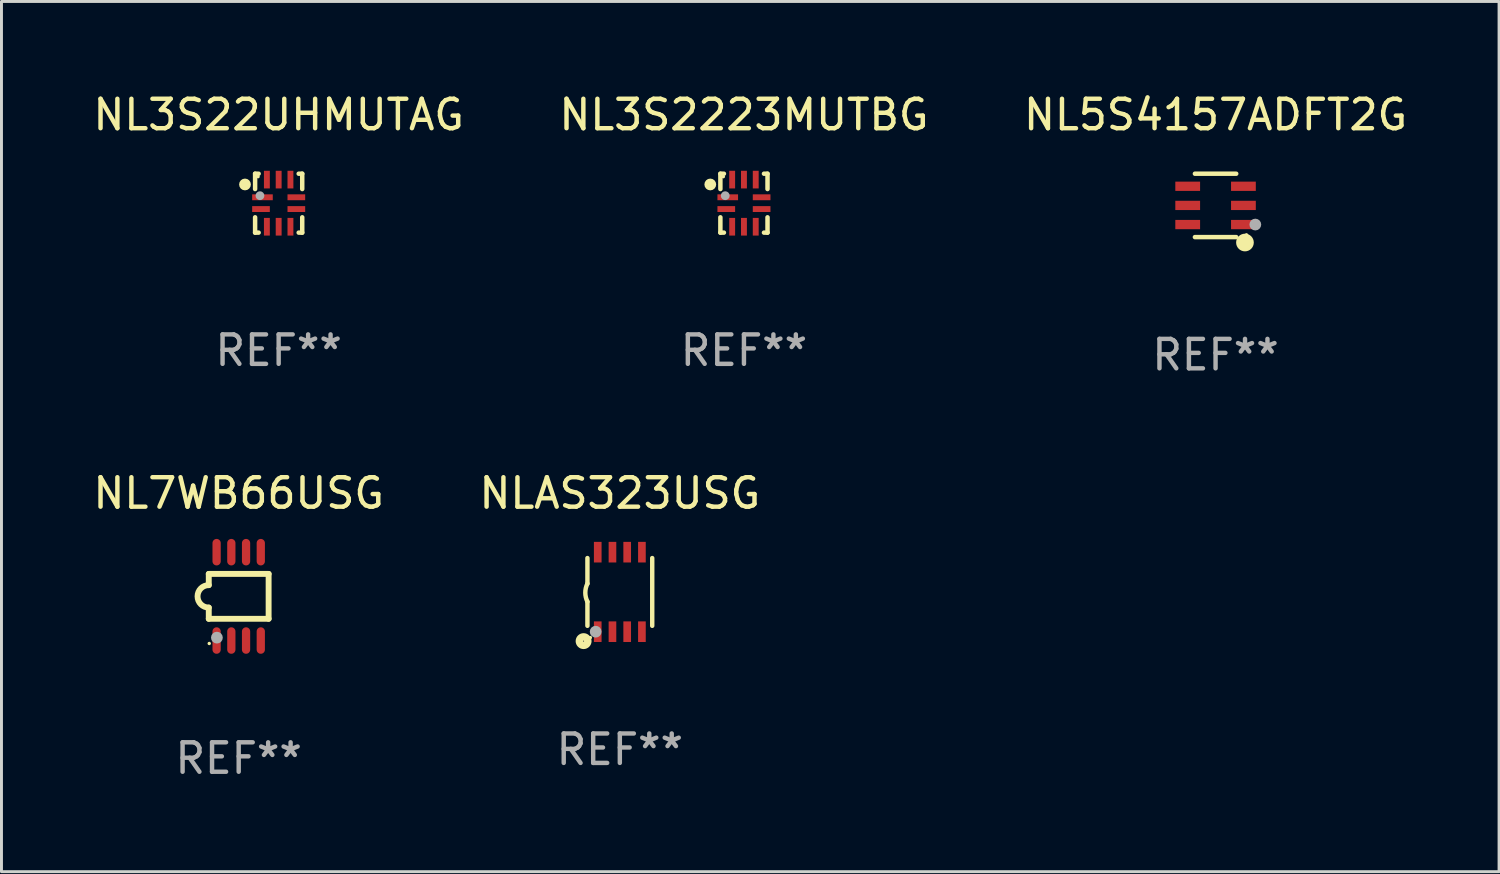
<source format=kicad_pcb>
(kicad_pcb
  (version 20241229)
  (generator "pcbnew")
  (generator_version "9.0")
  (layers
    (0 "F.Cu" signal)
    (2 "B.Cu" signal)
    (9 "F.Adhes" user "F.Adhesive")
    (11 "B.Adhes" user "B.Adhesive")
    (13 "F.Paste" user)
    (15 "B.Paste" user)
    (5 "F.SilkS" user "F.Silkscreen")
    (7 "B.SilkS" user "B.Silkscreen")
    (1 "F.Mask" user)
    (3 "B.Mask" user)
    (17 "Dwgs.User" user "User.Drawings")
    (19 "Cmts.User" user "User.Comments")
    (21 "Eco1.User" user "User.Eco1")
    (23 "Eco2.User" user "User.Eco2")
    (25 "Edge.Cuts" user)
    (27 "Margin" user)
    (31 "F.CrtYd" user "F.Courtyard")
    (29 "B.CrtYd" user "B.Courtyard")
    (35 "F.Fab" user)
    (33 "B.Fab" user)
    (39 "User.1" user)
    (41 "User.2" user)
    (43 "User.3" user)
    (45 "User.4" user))
  (footprint "NLAS323USG"
    (layer "F.Cu")
    (at 17.994 17.047)
    (property "Reference" "NLAS323USG" (at 0 -3.35 0) (layer "F.SilkS") (effects (font (size 1 1) (thickness 0.15))))
    (attr through_hole)
    (fp_line (start -1.1 -1.15) (end -1.1 -0.282) (stroke (width 0.15) (type solid)) (layer "F.SilkS"))
    (fp_line (start -1.1 1.15) (end -1.1 0.332) (stroke (width 0.15) (type solid)) (layer "F.SilkS"))
    (fp_line (start 1.1 -1.15) (end 1.1 1.15) (stroke (width 0.15) (type solid)) (layer "F.SilkS"))
    (fp_arc (start -1.098883 0.33274) (mid -1.171878 0.025277) (end -1.1 -0.282449) (stroke (width 0.150013) (type solid)) (layer "F.SilkS"))
    (fp_circle (center -1.23 1.67) (end -1.087 1.67) (stroke (width 0.254) (type solid)) (fill no) (layer "F.SilkS"))
    (fp_circle (center -1 1.55) (end -0.97 1.55) (stroke (width 0.06) (type solid)) (fill no) (layer "F.SilkS"))
    (fp_circle (center -0.82 1.35) (end -0.72 1.35) (stroke (width 0.2) (type solid)) (fill no) (layer "F.Fab"))
    (fp_text user "REF**" (at 0 5.35 0) (layer "F.Fab") (effects (font (size 1 1) (thickness 0.15))))
    (pad "1" smd rect (at -0.75 1.35) (size 0.26 0.7) (layers "F.Cu" "F.Mask" "F.Paste"))
    (pad "2" smd rect (at -0.25 1.35) (size 0.26 0.7) (layers "F.Cu" "F.Mask" "F.Paste"))
    (pad "3" smd rect (at 0.25 1.35) (size 0.26 0.7) (layers "F.Cu" "F.Mask" "F.Paste"))
    (pad "4" smd rect (at 0.75 1.35) (size 0.26 0.7) (layers "F.Cu" "F.Mask" "F.Paste"))
    (pad "5" smd rect (at 0.75 -1.35) (size 0.26 0.7) (layers "F.Cu" "F.Mask" "F.Paste"))
    (pad "6" smd rect (at 0.25 -1.35) (size 0.26 0.7) (layers "F.Cu" "F.Mask" "F.Paste"))
    (pad "7" smd rect (at -0.25 -1.35) (size 0.26 0.7) (layers "F.Cu" "F.Mask" "F.Paste"))
    (pad "8" smd rect (at -0.75 -1.35) (size 0.26 0.7) (layers "F.Cu" "F.Mask" "F.Paste")))
  (footprint "NL3S2223MUTBG"
    (layer "F.Cu")
    (at 22.208 3.848)
    (property "Reference" "NL3S2223MUTBG" (at 0 -3 0) (layer "F.SilkS") (effects (font (size 1 1) (thickness 0.15))))
    (attr through_hole)
    (fp_line (start -0.8 -1) (end -0.68 -1) (stroke (width 0.152) (type solid)) (layer "F.SilkS"))
    (fp_line (start -0.8 -0.48) (end -0.8 -1) (stroke (width 0.152) (type solid)) (layer "F.SilkS"))
    (fp_line (start -0.8 1) (end -0.8 0.48) (stroke (width 0.152) (type solid)) (layer "F.SilkS"))
    (fp_line (start -0.68 1) (end -0.8 1) (stroke (width 0.152) (type solid)) (layer "F.SilkS"))
    (fp_line (start 0.68 -1) (end 0.8 -1) (stroke (width 0.152) (type solid)) (layer "F.SilkS"))
    (fp_line (start 0.8 -1) (end 0.8 -0.48) (stroke (width 0.152) (type solid)) (layer "F.SilkS"))
    (fp_line (start 0.8 0.48) (end 0.8 1) (stroke (width 0.152) (type solid)) (layer "F.SilkS"))
    (fp_line (start 0.8 1) (end 0.68 1) (stroke (width 0.152) (type solid)) (layer "F.SilkS"))
    (fp_circle (center -1.143 -0.635) (end -1.043 -0.635) (stroke (width 0.2) (type solid)) (fill no) (layer "F.SilkS"))
    (fp_circle (center -0.7 -0.9) (end -0.67 -0.9) (stroke (width 0.06) (type solid)) (fill no) (layer "F.SilkS"))
    (fp_circle (center -0.635 -0.254) (end -0.56 -0.254) (stroke (width 0.15) (type solid)) (fill no) (layer "F.Fab"))
    (fp_text user "REF**" (at 0 5 0) (layer "F.Fab") (effects (font (size 1 1) (thickness 0.15))))
    (pad "1" smd rect (at -0.55 -0.2) (size 0.7 0.2) (layers "F.Cu" "F.Mask" "F.Paste"))
    (pad "2" smd rect (at -0.6 0.2) (size 0.6 0.2) (layers "F.Cu" "F.Mask" "F.Paste"))
    (pad "3" smd rect (at -0.4 0.8) (size 0.2 0.6) (layers "F.Cu" "F.Mask" "F.Paste"))
    (pad "4" smd rect (at 0 0.8) (size 0.2 0.6) (layers "F.Cu" "F.Mask" "F.Paste"))
    (pad "5" smd rect (at 0.4 0.8) (size 0.2 0.6) (layers "F.Cu" "F.Mask" "F.Paste"))
    (pad "6" smd rect (at 0.6 0.2) (size 0.6 0.2) (layers "F.Cu" "F.Mask" "F.Paste"))
    (pad "7" smd rect (at 0.6 -0.2) (size 0.6 0.2) (layers "F.Cu" "F.Mask" "F.Paste"))
    (pad "8" smd rect (at 0.4 -0.8) (size 0.2 0.6) (layers "F.Cu" "F.Mask" "F.Paste"))
    (pad "9" smd rect (at 0 -0.8) (size 0.2 0.6) (layers "F.Cu" "F.Mask" "F.Paste"))
    (pad "10" smd rect (at -0.4 -0.8) (size 0.2 0.6) (layers "F.Cu" "F.Mask" "F.Paste")))
  (footprint "NL7WB66USG"
    (layer "F.Cu")
    (at 5.054 17.197)
    (property "Reference" "NL7WB66USG" (at 0 -3.5 0) (layer "F.SilkS") (effects (font (size 1 1) (thickness 0.15))))
    (attr through_hole)
    (fp_line (start -1.016 -0.762) (end 1.016 -0.762) (stroke (width 0.2) (type solid)) (layer "F.SilkS"))
    (fp_line (start -1.016 -0.381) (end -1.016 -0.762) (stroke (width 0.2) (type solid)) (layer "F.SilkS"))
    (fp_line (start -1.016 0.762) (end -1.016 0.381) (stroke (width 0.2) (type solid)) (layer "F.SilkS"))
    (fp_line (start 1.016 -0.762) (end 1.016 0.762) (stroke (width 0.2) (type solid)) (layer "F.SilkS"))
    (fp_line (start 1.016 0.762) (end -1.016 0.762) (stroke (width 0.2) (type solid)) (layer "F.SilkS"))
    (fp_arc (start -1.016002 0.381001) (mid -1.396698 -0.000025) (end -1.016002 -0.381051) (stroke (width 0.2) (type solid)) (layer "F.SilkS"))
    (fp_circle (center -1 1.6) (end -0.97 1.6) (stroke (width 0.06) (type solid)) (fill no) (layer "F.SilkS"))
    (fp_circle (center -0.74 1.402) (end -0.64 1.402) (stroke (width 0.2) (type solid)) (fill no) (layer "F.Fab"))
    (fp_text user "REF**" (at 0 5.5 0) (layer "F.Fab") (effects (font (size 1 1) (thickness 0.15))))
    (pad "1" smd oval (at -0.75 1.5) (size 0.28 0.9) (layers "F.Cu" "F.Mask" "F.Paste"))
    (pad "2" smd oval (at -0.25 1.5) (size 0.28 0.9) (layers "F.Cu" "F.Mask" "F.Paste"))
    (pad "3" smd oval (at 0.25 1.5) (size 0.28 0.9) (layers "F.Cu" "F.Mask" "F.Paste"))
    (pad "4" smd oval (at 0.75 1.5) (size 0.28 0.9) (layers "F.Cu" "F.Mask" "F.Paste"))
    (pad "5" smd oval (at 0.75 -1.5) (size 0.28 0.9) (layers "F.Cu" "F.Mask" "F.Paste"))
    (pad "6" smd oval (at 0.25 -1.5) (size 0.28 0.9) (layers "F.Cu" "F.Mask" "F.Paste"))
    (pad "7" smd oval (at -0.25 -1.5) (size 0.28 0.9) (layers "F.Cu" "F.Mask" "F.Paste"))
    (pad "8" smd oval (at -0.75 -1.5) (size 0.28 0.9) (layers "F.Cu" "F.Mask" "F.Paste")))
  (footprint "NL3S22UHMUTAG"
    (layer "F.Cu")
    (at 6.411 3.848)
    (property "Reference" "NL3S22UHMUTAG" (at 0 -3 0) (layer "F.SilkS") (effects (font (size 1 1) (thickness 0.15))))
    (attr through_hole)
    (fp_line (start -0.8 -1) (end -0.68 -1) (stroke (width 0.152) (type solid)) (layer "F.SilkS"))
    (fp_line (start -0.8 -0.48) (end -0.8 -1) (stroke (width 0.152) (type solid)) (layer "F.SilkS"))
    (fp_line (start -0.8 1) (end -0.8 0.48) (stroke (width 0.152) (type solid)) (layer "F.SilkS"))
    (fp_line (start -0.68 1) (end -0.8 1) (stroke (width 0.152) (type solid)) (layer "F.SilkS"))
    (fp_line (start 0.68 -1) (end 0.8 -1) (stroke (width 0.152) (type solid)) (layer "F.SilkS"))
    (fp_line (start 0.8 -1) (end 0.8 -0.48) (stroke (width 0.152) (type solid)) (layer "F.SilkS"))
    (fp_line (start 0.8 0.48) (end 0.8 1) (stroke (width 0.152) (type solid)) (layer "F.SilkS"))
    (fp_line (start 0.8 1) (end 0.68 1) (stroke (width 0.152) (type solid)) (layer "F.SilkS"))
    (fp_circle (center -1.143 -0.635) (end -1.043 -0.635) (stroke (width 0.2) (type solid)) (fill no) (layer "F.SilkS"))
    (fp_circle (center -0.7 -0.9) (end -0.67 -0.9) (stroke (width 0.06) (type solid)) (fill no) (layer "F.SilkS"))
    (fp_circle (center -0.635 -0.254) (end -0.56 -0.254) (stroke (width 0.15) (type solid)) (fill no) (layer "F.Fab"))
    (fp_text user "REF**" (at 0 5 0) (layer "F.Fab") (effects (font (size 1 1) (thickness 0.15))))
    (pad "1" smd rect (at -0.55 -0.2) (size 0.7 0.2) (layers "F.Cu" "F.Mask" "F.Paste"))
    (pad "2" smd rect (at -0.6 0.2) (size 0.6 0.2) (layers "F.Cu" "F.Mask" "F.Paste"))
    (pad "3" smd rect (at -0.4 0.8) (size 0.2 0.6) (layers "F.Cu" "F.Mask" "F.Paste"))
    (pad "4" smd rect (at 0 0.8) (size 0.2 0.6) (layers "F.Cu" "F.Mask" "F.Paste"))
    (pad "5" smd rect (at 0.4 0.8) (size 0.2 0.6) (layers "F.Cu" "F.Mask" "F.Paste"))
    (pad "6" smd rect (at 0.6 0.2) (size 0.6 0.2) (layers "F.Cu" "F.Mask" "F.Paste"))
    (pad "7" smd rect (at 0.6 -0.2) (size 0.6 0.2) (layers "F.Cu" "F.Mask" "F.Paste"))
    (pad "8" smd rect (at 0.4 -0.8) (size 0.2 0.6) (layers "F.Cu" "F.Mask" "F.Paste"))
    (pad "9" smd rect (at 0 -0.8) (size 0.2 0.6) (layers "F.Cu" "F.Mask" "F.Paste"))
    (pad "10" smd rect (at -0.4 -0.8) (size 0.2 0.6) (layers "F.Cu" "F.Mask" "F.Paste")))
  (footprint "NL5S4157ADFT2G"
    (layer "F.Cu")
    (at 38.22 3.924)
    (property "Reference" "NL5S4157ADFT2G" (at 0 -3.076 0) (layer "F.SilkS") (effects (font (size 1 1) (thickness 0.15))))
    (attr through_hole)
    (fp_line (start 0.701 -1.076) (end -0.701 -1.076) (stroke (width 0.152) (type solid)) (layer "F.SilkS"))
    (fp_line (start 0.701 1.076) (end -0.701 1.076) (stroke (width 0.152) (type solid)) (layer "F.SilkS"))
    (fp_circle (center 0.998 1.26) (end 1.148 1.26) (stroke (width 0.3) (type solid)) (fill no) (layer "F.SilkS"))
    (fp_circle (center 1.05 1) (end 1.08 1) (stroke (width 0.06) (type solid)) (fill no) (layer "F.SilkS"))
    (fp_circle (center 1.35 0.65) (end 1.45 0.65) (stroke (width 0.2) (type solid)) (fill no) (layer "F.Fab"))
    (fp_text user "REF**" (at 0 5.076 0) (layer "F.Fab") (effects (font (size 1 1) (thickness 0.15))))
    (pad "1" smd rect (at 0.946 0.65) (size 0.841 0.315) (layers "F.Cu" "F.Mask" "F.Paste"))
    (pad "2" smd rect (at 0.946 0) (size 0.841 0.315) (layers "F.Cu" "F.Mask" "F.Paste"))
    (pad "3" smd rect (at 0.946 -0.65) (size 0.841 0.315) (layers "F.Cu" "F.Mask" "F.Paste"))
    (pad "4" smd rect (at -0.946 -0.65) (size 0.841 0.315) (layers "F.Cu" "F.Mask" "F.Paste"))
    (pad "5" smd rect (at -0.946 0) (size 0.841 0.315) (layers "F.Cu" "F.Mask" "F.Paste"))
    (pad "6" smd rect (at -0.946 0.65) (size 0.841 0.315) (layers "F.Cu" "F.Mask" "F.Paste")))
  (gr_rect
    (start -3 -3)
    (end 47.845 26.545)
    (stroke (width 0.1) (type default))
    (fill no)
    (layer "Edge.Cuts")))
</source>
